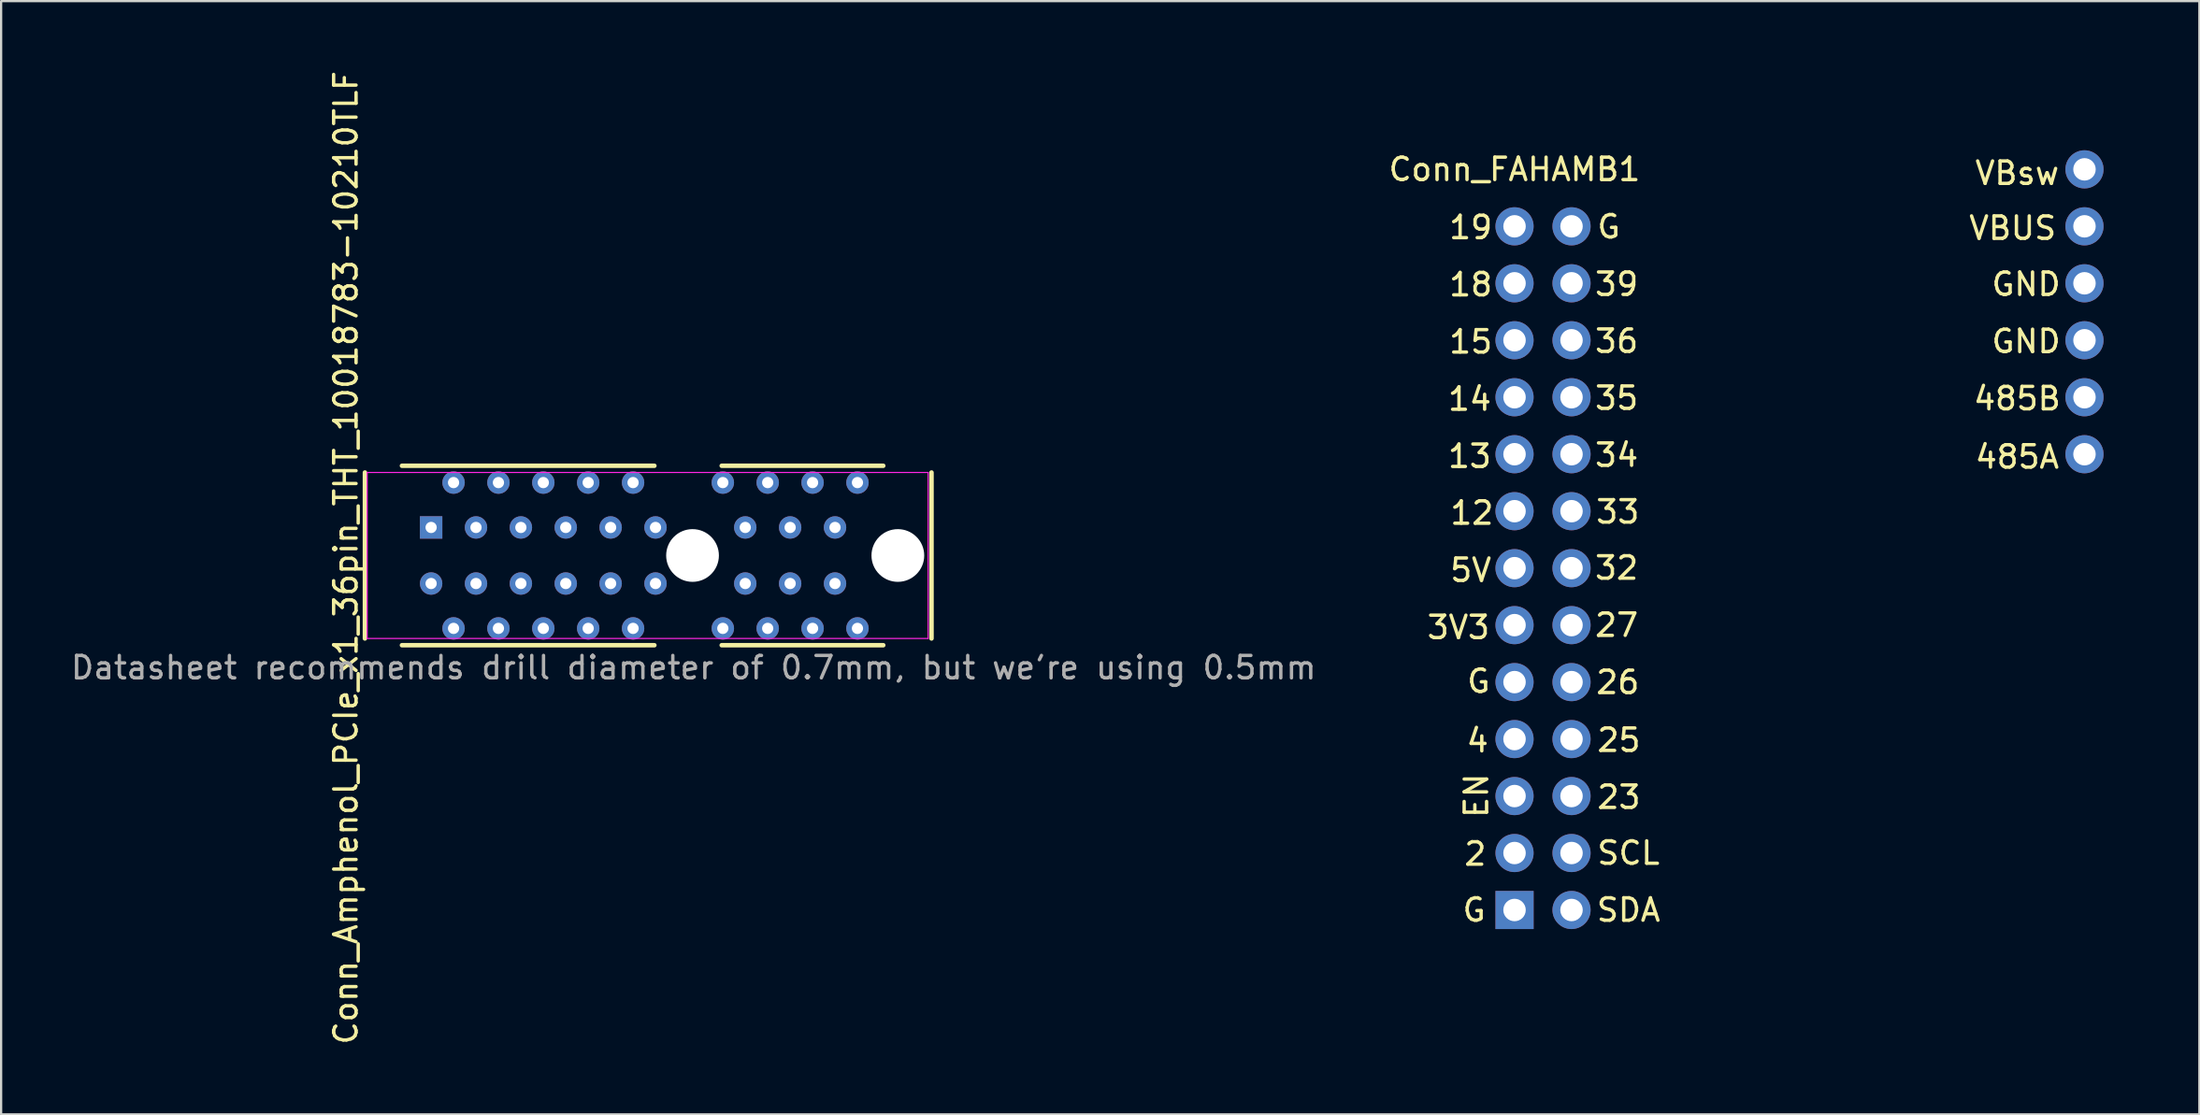
<source format=kicad_pcb>
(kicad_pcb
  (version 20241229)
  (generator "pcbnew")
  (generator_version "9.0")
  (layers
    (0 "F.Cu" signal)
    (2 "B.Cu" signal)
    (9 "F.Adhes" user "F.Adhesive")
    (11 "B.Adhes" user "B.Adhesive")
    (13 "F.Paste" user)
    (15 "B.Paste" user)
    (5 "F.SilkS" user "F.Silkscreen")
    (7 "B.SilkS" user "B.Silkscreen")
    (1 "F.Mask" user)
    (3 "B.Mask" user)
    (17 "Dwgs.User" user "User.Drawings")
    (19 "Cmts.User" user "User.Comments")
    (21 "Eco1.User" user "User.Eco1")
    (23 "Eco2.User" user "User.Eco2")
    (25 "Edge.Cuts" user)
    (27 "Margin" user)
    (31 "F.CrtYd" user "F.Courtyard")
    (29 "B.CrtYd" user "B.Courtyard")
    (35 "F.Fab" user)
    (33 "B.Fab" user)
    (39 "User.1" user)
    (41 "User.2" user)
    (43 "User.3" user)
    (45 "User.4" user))
  (footprint "Conn_Amphenol_PCIe_x1_36pin_THT_10018783-10210TLF"
    (layer "F.Cu")
    (at 27.663 21.715)
    (property "Reference" "Conn_Amphenol_PCIe_x1_36pin_THT_10018783-10210TLF" (at -15.3 0.1 90) (layer "F.SilkS") (effects (font (size 1 1) (thickness 0.15))))
    (attr through_hole)
    (fp_line (start -14.45 3.7) (end -14.45 -3.7) (stroke (width 0.2) (type solid)) (layer "F.SilkS"))
    (fp_line (start -12.8 -4) (end -1.55 -4) (stroke (width 0.2) (type solid)) (layer "F.SilkS"))
    (fp_line (start -12.8 4) (end -1.55 4) (stroke (width 0.2) (type solid)) (layer "F.SilkS"))
    (fp_line (start 1.45 -4) (end 8.65 -4) (stroke (width 0.2) (type solid)) (layer "F.SilkS"))
    (fp_line (start 1.45 4) (end 8.65 4) (stroke (width 0.2) (type solid)) (layer "F.SilkS"))
    (fp_line (start 10.8 -3.7) (end 10.8 3.7) (stroke (width 0.2) (type solid)) (layer "F.SilkS"))
    (fp_line (start -14.35 -3.7) (end 10.65 -3.7) (stroke (width 0.05) (type solid)) (layer "F.CrtYd"))
    (fp_line (start -14.35 3.7) (end -14.35 -3.7) (stroke (width 0.05) (type solid)) (layer "F.CrtYd"))
    (fp_line (start 10.65 -3.7) (end 10.65 3.7) (stroke (width 0.05) (type solid)) (layer "F.CrtYd"))
    (fp_line (start 10.65 3.7) (end -14.35 3.7) (stroke (width 0.05) (type solid)) (layer "F.CrtYd"))
    (fp_text user "Datasheet recommends drill diameter of 0.7mm, but we're using 0.5mm" (at 0.2 5 0) (layer "F.Fab") (effects (font (size 1 1) (thickness 0.15))))
    (pad "" np_thru_hole circle (at 0.15 0) (size 2.35 2.35) (drill 2.35) (layers "*.Cu" "*.Mask"))
    (pad "" np_thru_hole circle (at 9.3 0) (size 2.35 2.35) (drill 2.35) (layers "*.Cu" "*.Mask"))
    (pad "a1" thru_hole rect (at -11.5 -1.25) (size 1 1) (drill 0.5) (layers "*.Cu" "*.Mask"))
    (pad "a2" thru_hole circle (at -10.5 -3.25) (size 1 1) (drill 0.5) (layers "*.Cu" "*.Mask"))
    (pad "a3" thru_hole circle (at -9.5 -1.25) (size 1 1) (drill 0.5) (layers "*.Cu" "*.Mask"))
    (pad "a4" thru_hole circle (at -8.5 -3.25) (size 1 1) (drill 0.5) (layers "*.Cu" "*.Mask"))
    (pad "a5" thru_hole circle (at -7.5 -1.25) (size 1 1) (drill 0.5) (layers "*.Cu" "*.Mask"))
    (pad "a6" thru_hole circle (at -6.5 -3.25) (size 1 1) (drill 0.5) (layers "*.Cu" "*.Mask"))
    (pad "a7" thru_hole circle (at -5.5 -1.25) (size 1 1) (drill 0.5) (layers "*.Cu" "*.Mask"))
    (pad "a8" thru_hole circle (at -4.5 -3.25) (size 1 1) (drill 0.5) (layers "*.Cu" "*.Mask"))
    (pad "a9" thru_hole circle (at -3.5 -1.25) (size 1 1) (drill 0.5) (layers "*.Cu" "*.Mask"))
    (pad "a10" thru_hole circle (at -2.5 -3.25) (size 1 1) (drill 0.5) (layers "*.Cu" "*.Mask"))
    (pad "a11" thru_hole circle (at -1.5 -1.25) (size 1 1) (drill 0.5) (layers "*.Cu" "*.Mask"))
    (pad "a12" thru_hole circle (at 1.5 -3.25) (size 1 1) (drill 0.5) (layers "*.Cu" "*.Mask"))
    (pad "a13" thru_hole circle (at 2.5 -1.25) (size 1 1) (drill 0.5) (layers "*.Cu" "*.Mask"))
    (pad "a14" thru_hole circle (at 3.5 -3.25) (size 1 1) (drill 0.5) (layers "*.Cu" "*.Mask"))
    (pad "a15" thru_hole circle (at 4.5 -1.25) (size 1 1) (drill 0.5) (layers "*.Cu" "*.Mask"))
    (pad "a16" thru_hole circle (at 5.5 -3.25) (size 1 1) (drill 0.5) (layers "*.Cu" "*.Mask"))
    (pad "a17" thru_hole circle (at 6.5 -1.25) (size 1 1) (drill 0.5) (layers "*.Cu" "*.Mask"))
    (pad "a18" thru_hole circle (at 7.5 -3.25) (size 1 1) (drill 0.5) (layers "*.Cu" "*.Mask"))
    (pad "b1" thru_hole circle (at -11.5 1.25) (size 1 1) (drill 0.5) (layers "*.Cu" "*.Mask"))
    (pad "b2" thru_hole circle (at -10.5 3.25) (size 1 1) (drill 0.5) (layers "*.Cu" "*.Mask"))
    (pad "b3" thru_hole circle (at -9.5 1.25) (size 1 1) (drill 0.5) (layers "*.Cu" "*.Mask"))
    (pad "b4" thru_hole circle (at -8.5 3.25) (size 1 1) (drill 0.5) (layers "*.Cu" "*.Mask"))
    (pad "b5" thru_hole circle (at -7.5 1.25) (size 1 1) (drill 0.5) (layers "*.Cu" "*.Mask"))
    (pad "b6" thru_hole circle (at -6.5 3.25) (size 1 1) (drill 0.5) (layers "*.Cu" "*.Mask"))
    (pad "b7" thru_hole circle (at -5.5 1.25) (size 1 1) (drill 0.5) (layers "*.Cu" "*.Mask"))
    (pad "b8" thru_hole circle (at -4.5 3.25) (size 1 1) (drill 0.5) (layers "*.Cu" "*.Mask"))
    (pad "b9" thru_hole circle (at -3.5 1.25) (size 1 1) (drill 0.5) (layers "*.Cu" "*.Mask"))
    (pad "b10" thru_hole circle (at -2.5 3.25) (size 1 1) (drill 0.5) (layers "*.Cu" "*.Mask"))
    (pad "b11" thru_hole circle (at -1.5 1.25) (size 1 1) (drill 0.5) (layers "*.Cu" "*.Mask"))
    (pad "b12" thru_hole circle (at 1.5 3.25) (size 1 1) (drill 0.5) (layers "*.Cu" "*.Mask"))
    (pad "b13" thru_hole circle (at 2.5 1.25) (size 1 1) (drill 0.5) (layers "*.Cu" "*.Mask"))
    (pad "b14" thru_hole circle (at 3.5 3.25) (size 1 1) (drill 0.5) (layers "*.Cu" "*.Mask"))
    (pad "b15" thru_hole circle (at 4.5 1.25) (size 1 1) (drill 0.5) (layers "*.Cu" "*.Mask"))
    (pad "b16" thru_hole circle (at 5.5 3.25) (size 1 1) (drill 0.5) (layers "*.Cu" "*.Mask"))
    (pad "b17" thru_hole circle (at 6.5 1.25) (size 1 1) (drill 0.5) (layers "*.Cu" "*.Mask"))
    (pad "b18" thru_hole circle (at 7.5 3.25) (size 1 1) (drill 0.5) (layers "*.Cu" "*.Mask")))
  (footprint "Conn_FAHAMB1"
    (layer "F.Cu")
    (at 64.446 37.52)
    (property "Reference" "Conn_FAHAMB1" (at 0 -33.02 0) (layer "F.SilkS") (effects (font (size 1 1) (thickness 0.15))))
    (attr through_hole)
    (fp_line (start -2.54 -37.46) (end -2.54 2.54) (stroke (width 0.12) (type solid)) (layer "Eco1.User"))
    (fp_line (start -2.54 2.54) (end 27.46 2.54) (stroke (width 0.12) (type solid)) (layer "Eco1.User"))
    (fp_line (start 27.46 -37.46) (end -2.54 -37.46) (stroke (width 0.12) (type solid)) (layer "Eco1.User"))
    (fp_line (start 27.46 2.54) (end 27.46 -37.46) (stroke (width 0.12) (type solid)) (layer "Eco1.User"))
    (fp_text user "G" (at 4.2 -30.46 0) (layer "F.SilkS") (effects (font (size 1 1) (thickness 0.15))))
    (fp_text user "32" (at 4.55 -15.25 0) (layer "F.SilkS") (effects (font (size 1 1) (thickness 0.15))))
    (fp_text user "26" (at 4.6 -10.15 0) (layer "F.SilkS") (effects (font (size 1 1) (thickness 0.15))))
    (fp_text user "33" (at 4.6 -17.75 0) (layer "F.SilkS") (effects (font (size 1 1) (thickness 0.15))))
    (fp_text user "SCL" (at 5.08 -2.54 0) (layer "F.SilkS") (effects (font (size 1 1) (thickness 0.15))))
    (fp_text user "14" (at -2 -22.78 0) (layer "F.SilkS") (effects (font (size 1 1) (thickness 0.15))))
    (fp_text user "485B" (at 22.4 -22.8 0) (layer "F.SilkS") (effects (font (size 1 1) (thickness 0.15))))
    (fp_text user "19" (at -1.95 -30.43 0) (layer "F.SilkS") (effects (font (size 1 1) (thickness 0.15))))
    (fp_text user "VBUS" (at 22.2 -30.4 0) (layer "F.SilkS") (effects (font (size 1 1) (thickness 0.15))))
    (fp_text user "23" (at 4.65 -5.03 0) (layer "F.SilkS") (effects (font (size 1 1) (thickness 0.15))))
    (fp_text user "3V3" (at -2.5 -12.6 0) (layer "F.SilkS") (effects (font (size 1 1) (thickness 0.15))))
    (fp_text user "SDA" (at 5.08 0 0) (layer "F.SilkS") (effects (font (size 1 1) (thickness 0.15))))
    (fp_text user "G" (at -1.6 -10.2 0) (layer "F.SilkS") (effects (font (size 1 1) (thickness 0.15))))
    (fp_text user "GND" (at 22.8 -25.35 0) (layer "F.SilkS") (effects (font (size 1 1) (thickness 0.15))))
    (fp_text user "18" (at -1.95 -27.88 0) (layer "F.SilkS") (effects (font (size 1 1) (thickness 0.15))))
    (fp_text user "4" (at -1.65 -7.55 0) (layer "F.SilkS") (effects (font (size 1 1) (thickness 0.15))))
    (fp_text user "34" (at 4.55 -20.28 0) (layer "F.SilkS") (effects (font (size 1 1) (thickness 0.15))))
    (fp_text user "35" (at 4.55 -22.82 0) (layer "F.SilkS") (effects (font (size 1 1) (thickness 0.15))))
    (fp_text user "27" (at 4.55 -12.7 0) (layer "F.SilkS") (effects (font (size 1 1) (thickness 0.15))))
    (fp_text user "2" (at -1.75 -2.5 0) (layer "F.SilkS") (effects (font (size 1 1) (thickness 0.15))))
    (fp_text user "G" (at -1.8 0 0) (layer "F.SilkS") (effects (font (size 1 1) (thickness 0.15))))
    (fp_text user "25" (at 4.65 -7.57 0) (layer "F.SilkS") (effects (font (size 1 1) (thickness 0.15))))
    (fp_text user "13" (at -2 -20.23 0) (layer "F.SilkS") (effects (font (size 1 1) (thickness 0.15))))
    (fp_text user "15" (at -1.95 -25.33 0) (layer "F.SilkS") (effects (font (size 1 1) (thickness 0.15))))
    (fp_text user "39" (at 4.55 -27.9 0) (layer "F.SilkS") (effects (font (size 1 1) (thickness 0.15))))
    (fp_text user "485A" (at 22.4 -20.2 0) (layer "F.SilkS") (effects (font (size 1 1) (thickness 0.15))))
    (fp_text user "5V" (at -1.95 -15.15 0) (layer "F.SilkS") (effects (font (size 1 1) (thickness 0.15))))
    (fp_text user "36" (at 4.55 -25.36 0) (layer "F.SilkS") (effects (font (size 1 1) (thickness 0.15))))
    (fp_text user "GND" (at 22.8 -27.9 0) (layer "F.SilkS") (effects (font (size 1 1) (thickness 0.15))))
    (fp_text user "12" (at -1.9 -17.7 0) (layer "F.SilkS") (effects (font (size 1 1) (thickness 0.15))))
    (fp_text user "VBsw" (at 22.4 -32.85 0) (layer "F.SilkS") (effects (font (size 1 1) (thickness 0.15))))
    (fp_text user "EN" (at -1.7 -5.1 90) (layer "F.SilkS") (effects (font (size 1 1) (thickness 0.15))))
    (fp_text user "30x40" (at 25 1.8 0) (layer "Eco1.User") (effects (font (size 1 1) (thickness 0.15))))
    (pad "1" thru_hole rect (at 0 0 90) (size 1.7 1.7) (drill 1) (layers "*.Cu" "*.Mask"))
    (pad "2" thru_hole circle (at 0 -2.54 90) (size 1.7 1.7) (drill 1) (layers "*.Cu" "*.Mask"))
    (pad "3" thru_hole circle (at 0 -5.08 90) (size 1.7 1.7) (drill 1) (layers "*.Cu" "*.Mask"))
    (pad "4" thru_hole circle (at 0 -7.62 90) (size 1.7 1.7) (drill 1) (layers "*.Cu" "*.Mask"))
    (pad "5" thru_hole circle (at 0 -10.16 90) (size 1.7 1.7) (drill 1) (layers "*.Cu" "*.Mask"))
    (pad "6" thru_hole circle (at 25.4 -25.4 90) (size 1.7 1.7) (drill 1) (layers "*.Cu" "*.Mask"))
    (pad "7" thru_hole circle (at 25.4 -27.94 90) (size 1.7 1.7) (drill 1) (layers "*.Cu" "*.Mask"))
    (pad "8" thru_hole circle (at 25.4 -30.48 90) (size 1.7 1.7) (drill 1) (layers "*.Cu" "*.Mask"))
    (pad "9" thru_hole circle (at 0 -12.7 90) (size 1.7 1.7) (drill 1) (layers "*.Cu" "*.Mask"))
    (pad "10" thru_hole circle (at 0 -15.24 90) (size 1.7 1.7) (drill 1) (layers "*.Cu" "*.Mask"))
    (pad "11" thru_hole circle (at 25.4 -33.02 90) (size 1.7 1.7) (drill 1) (layers "*.Cu" "*.Mask"))
    (pad "12" thru_hole circle (at 0 -17.78 90) (size 1.7 1.7) (drill 1) (layers "*.Cu" "*.Mask"))
    (pad "13" thru_hole circle (at 0 -20.32 90) (size 1.7 1.7) (drill 1) (layers "*.Cu" "*.Mask"))
    (pad "14" thru_hole circle (at 0 -22.86 90) (size 1.7 1.7) (drill 1) (layers "*.Cu" "*.Mask"))
    (pad "15" thru_hole circle (at 0 -25.4 90) (size 1.7 1.7) (drill 1) (layers "*.Cu" "*.Mask"))
    (pad "16" thru_hole circle (at 25.4 -20.32 90) (size 1.7 1.7) (drill 1) (layers "*.Cu" "*.Mask"))
    (pad "17" thru_hole circle (at 25.4 -22.86 90) (size 1.7 1.7) (drill 1) (layers "*.Cu" "*.Mask"))
    (pad "18" thru_hole circle (at 0 -27.94 90) (size 1.7 1.7) (drill 1) (layers "*.Cu" "*.Mask"))
    (pad "19" thru_hole circle (at 0 -30.48 90) (size 1.7 1.7) (drill 1) (layers "*.Cu" "*.Mask"))
    (pad "20" thru_hole circle (at 2.54 -30.48 90) (size 1.7 1.7) (drill 1) (layers "*.Cu" "*.Mask"))
    (pad "21" thru_hole circle (at 2.54 0 90) (size 1.7 1.7) (drill 1) (layers "*.Cu" "*.Mask"))
    (pad "22" thru_hole circle (at 2.54 -2.54 90) (size 1.7 1.7) (drill 1) (layers "*.Cu" "*.Mask"))
    (pad "23" thru_hole circle (at 2.54 -5.08 90) (size 1.7 1.7) (drill 1) (layers "*.Cu" "*.Mask"))
    (pad "25" thru_hole circle (at 2.54 -7.62 90) (size 1.7 1.7) (drill 1) (layers "*.Cu" "*.Mask"))
    (pad "26" thru_hole circle (at 2.54 -10.16 90) (size 1.7 1.7) (drill 1) (layers "*.Cu" "*.Mask"))
    (pad "27" thru_hole circle (at 2.54 -12.7 90) (size 1.7 1.7) (drill 1) (layers "*.Cu" "*.Mask"))
    (pad "32" thru_hole circle (at 2.54 -15.24 90) (size 1.7 1.7) (drill 1) (layers "*.Cu" "*.Mask"))
    (pad "33" thru_hole circle (at 2.54 -17.78 90) (size 1.7 1.7) (drill 1) (layers "*.Cu" "*.Mask"))
    (pad "34" thru_hole circle (at 2.54 -20.32 90) (size 1.7 1.7) (drill 1) (layers "*.Cu" "*.Mask"))
    (pad "35" thru_hole circle (at 2.54 -22.86 90) (size 1.7 1.7) (drill 1) (layers "*.Cu" "*.Mask"))
    (pad "36" thru_hole circle (at 2.54 -25.4 90) (size 1.7 1.7) (drill 1) (layers "*.Cu" "*.Mask"))
    (pad "39" thru_hole circle (at 2.54 -27.94 90) (size 1.7 1.7) (drill 1) (layers "*.Cu" "*.Mask")))
  (gr_rect
    (start -3 -3)
    (end 94.966 46.631)
    (stroke (width 0.1) (type default))
    (fill no)
    (layer "Edge.Cuts")))
</source>
